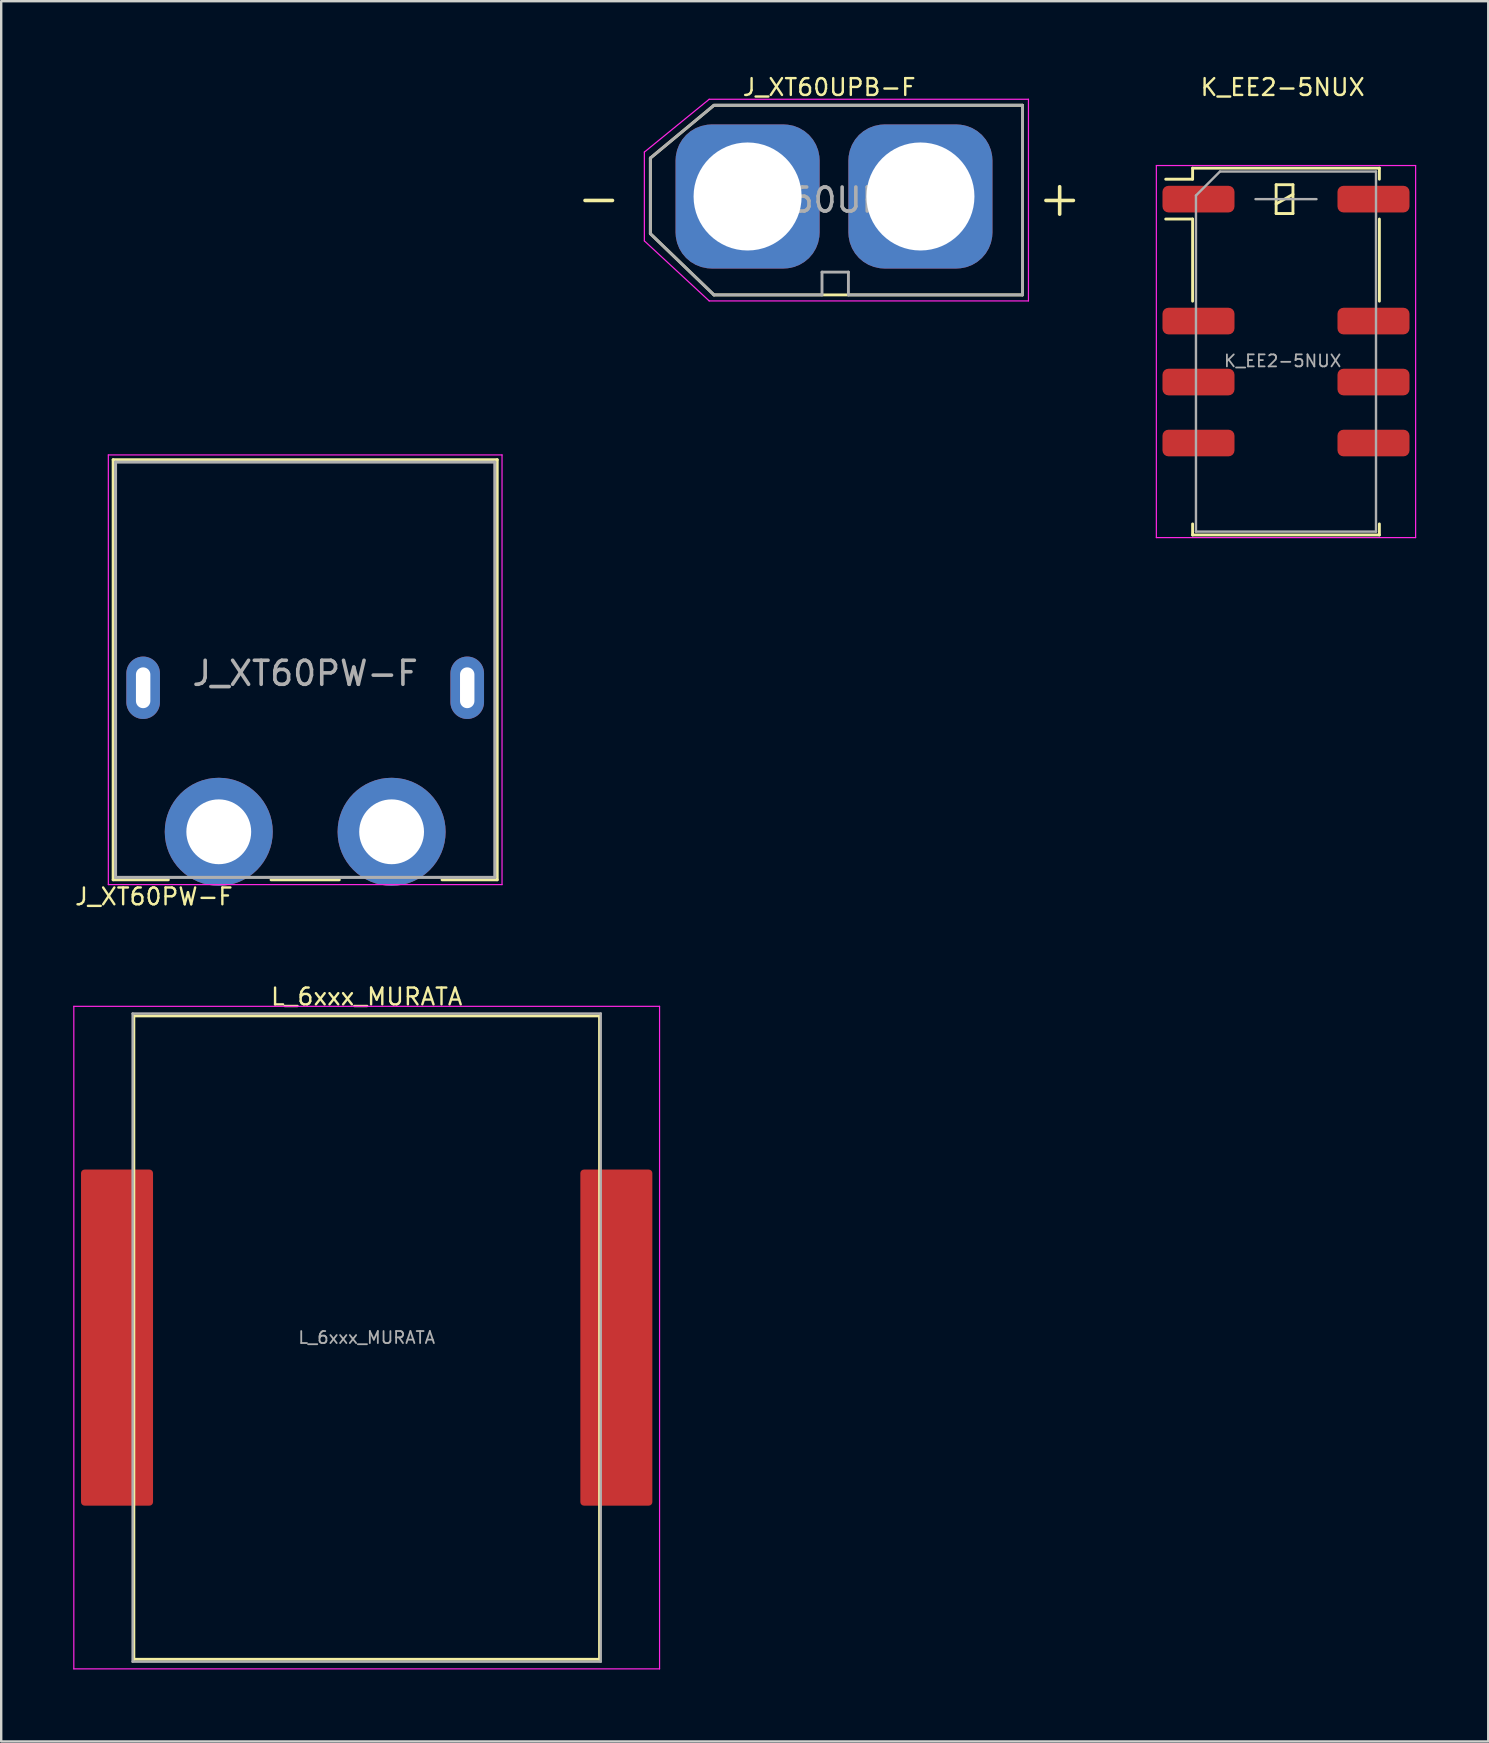
<source format=kicad_pcb>
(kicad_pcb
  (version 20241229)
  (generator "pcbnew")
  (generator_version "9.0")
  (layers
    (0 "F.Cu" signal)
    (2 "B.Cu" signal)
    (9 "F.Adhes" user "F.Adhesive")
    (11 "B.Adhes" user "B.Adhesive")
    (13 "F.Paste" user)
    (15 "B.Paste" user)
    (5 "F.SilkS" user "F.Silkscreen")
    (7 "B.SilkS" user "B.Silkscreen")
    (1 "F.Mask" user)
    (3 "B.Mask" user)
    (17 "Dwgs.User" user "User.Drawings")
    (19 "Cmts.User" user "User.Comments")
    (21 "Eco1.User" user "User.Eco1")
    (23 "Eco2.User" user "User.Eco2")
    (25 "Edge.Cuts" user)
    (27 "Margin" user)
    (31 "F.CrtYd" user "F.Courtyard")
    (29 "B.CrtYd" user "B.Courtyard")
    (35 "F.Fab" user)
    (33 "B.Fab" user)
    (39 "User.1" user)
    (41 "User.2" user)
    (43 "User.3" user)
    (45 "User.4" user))
  (footprint "K_EE2-5NUX"
    (layer "F.Cu")
    (at 50.38 11.985)
    (property "Reference" "K_EE2-5NUX" (at 0 -11.4 0) (layer "F.SilkS") (effects (font (size 0.7 0.7) (thickness 0.1))))
    (attr smd)
    (fp_line (start -3.75 -8.03) (end -3.75 -7.57) (stroke (width 0.12) (type solid)) (layer "F.SilkS"))
    (fp_line (start -3.75 -7.57) (end -4.87 -7.57) (stroke (width 0.12) (type solid)) (layer "F.SilkS"))
    (fp_line (start -3.75 -5.91) (end -4.87 -5.91) (stroke (width 0.12) (type solid)) (layer "F.SilkS"))
    (fp_line (start -3.75 -5.91) (end -3.75 -2.49) (stroke (width 0.12) (type solid)) (layer "F.SilkS"))
    (fp_line (start -3.75 6.79) (end -3.75 7.25) (stroke (width 0.12) (type solid)) (layer "F.SilkS"))
    (fp_line (start -0.27 -7.34) (end -0.27 -6.14) (stroke (width 0.12) (type solid)) (layer "F.SilkS"))
    (fp_line (start -0.27 -6.54) (end 0.43 -6.94) (stroke (width 0.12) (type solid)) (layer "F.SilkS"))
    (fp_line (start -0.27 -6.14) (end 0.43 -6.14) (stroke (width 0.12) (type solid)) (layer "F.SilkS"))
    (fp_line (start 0.43 -7.34) (end -0.27 -7.34) (stroke (width 0.12) (type solid)) (layer "F.SilkS"))
    (fp_line (start 0.43 -6.14) (end 0.43 -7.34) (stroke (width 0.12) (type solid)) (layer "F.SilkS"))
    (fp_line (start 4.03 -8.03) (end -3.75 -8.03) (stroke (width 0.12) (type solid)) (layer "F.SilkS"))
    (fp_line (start 4.03 -8.03) (end 4.03 -7.57) (stroke (width 0.12) (type solid)) (layer "F.SilkS"))
    (fp_line (start 4.03 -5.91) (end 4.03 -2.49) (stroke (width 0.12) (type solid)) (layer "F.SilkS"))
    (fp_line (start 4.03 6.79) (end 4.03 7.25) (stroke (width 0.12) (type solid)) (layer "F.SilkS"))
    (fp_line (start 4.03 7.25) (end -3.75 7.25) (stroke (width 0.12) (type solid)) (layer "F.SilkS"))
    (fp_line (start -5.26 -8.14) (end -5.26 7.36) (stroke (width 0.05) (type solid)) (layer "F.CrtYd"))
    (fp_line (start -5.26 7.36) (end 5.54 7.36) (stroke (width 0.05) (type solid)) (layer "F.CrtYd"))
    (fp_line (start 5.54 -8.14) (end -5.26 -8.14) (stroke (width 0.05) (type solid)) (layer "F.CrtYd"))
    (fp_line (start 5.54 -8.14) (end 5.54 7.36) (stroke (width 0.05) (type solid)) (layer "F.CrtYd"))
    (fp_line (start -3.61 -6.89) (end -3.61 7.11) (stroke (width 0.1) (type solid)) (layer "F.Fab"))
    (fp_line (start -3.61 -6.89) (end -2.61 -7.89) (stroke (width 0.1) (type solid)) (layer "F.Fab"))
    (fp_line (start -1.13 -6.74) (end 1.41 -6.74) (stroke (width 0.1) (type solid)) (layer "F.Fab"))
    (fp_line (start 3.89 -7.89) (end -2.61 -7.89) (stroke (width 0.1) (type solid)) (layer "F.Fab"))
    (fp_line (start 3.89 -7.89) (end 3.89 7.11) (stroke (width 0.1) (type solid)) (layer "F.Fab"))
    (fp_line (start 3.89 7.11) (end -3.61 7.11) (stroke (width 0.1) (type solid)) (layer "F.Fab"))
    (fp_text user "${REFERENCE}" (at 0 0 0) (layer "F.Fab") (effects (font (size 0.5 0.5) (thickness 0.075))))
    (pad "1" smd roundrect (at -3.505 -6.74 270) (size 1.11 3) (layers "F.Cu" "F.Mask" "F.Paste") (roundrect_rratio 0.225))
    (pad "3" smd roundrect (at -3.505 -1.66 270) (size 1.11 3) (layers "F.Cu" "F.Mask" "F.Paste") (roundrect_rratio 0.225))
    (pad "4" smd roundrect (at -3.505 0.88 270) (size 1.11 3) (layers "F.Cu" "F.Mask" "F.Paste") (roundrect_rratio 0.225))
    (pad "5" smd roundrect (at -3.505 3.42 270) (size 1.11 3) (layers "F.Cu" "F.Mask" "F.Paste") (roundrect_rratio 0.225))
    (pad "8" smd roundrect (at 3.785 3.42 270) (size 1.11 3) (layers "F.Cu" "F.Mask" "F.Paste") (roundrect_rratio 0.225))
    (pad "9" smd roundrect (at 3.785 0.88 270) (size 1.11 3) (layers "F.Cu" "F.Mask" "F.Paste") (roundrect_rratio 0.225))
    (pad "10" smd roundrect (at 3.785 -1.66 270) (size 1.11 3) (layers "F.Cu" "F.Mask" "F.Paste") (roundrect_rratio 0.225))
    (pad "12" smd roundrect (at 3.785 -6.74 270) (size 1.11 3) (layers "F.Cu" "F.Mask" "F.Paste") (roundrect_rratio 0.225)))
  (footprint "J_XT60PW-F"
    (layer "F.Cu")
    (at 9.663 25)
    (property "Reference" "J_XT60PW-F" (at -6.3 9.3 0) (layer "F.SilkS") (effects (font (size 0.7 0.7) (thickness 0.1))))
    (attr through_hole)
    (fp_line (start -8 -8.9) (end -8 8.6) (stroke (width 0.12) (type solid)) (layer "F.SilkS"))
    (fp_line (start -8 8.6) (end -5.7 8.6) (stroke (width 0.12) (type solid)) (layer "F.SilkS"))
    (fp_line (start -1.422 8.6) (end 1.422 8.6) (stroke (width 0.12) (type solid)) (layer "F.SilkS"))
    (fp_line (start 8 -8.9) (end -8 -8.9) (stroke (width 0.12) (type solid)) (layer "F.SilkS"))
    (fp_line (start 8 8.6) (end 5.7 8.6) (stroke (width 0.12) (type solid)) (layer "F.SilkS"))
    (fp_line (start 8 8.6) (end 8 -8.9) (stroke (width 0.12) (type solid)) (layer "F.SilkS"))
    (fp_line (start -8.2 -9.1) (end -8.2 8.8) (stroke (width 0.05) (type solid)) (layer "F.CrtYd"))
    (fp_line (start -8.2 8.8) (end 8.2 8.8) (stroke (width 0.05) (type solid)) (layer "F.CrtYd"))
    (fp_line (start 8.2 -9.1) (end -8.2 -9.1) (stroke (width 0.05) (type solid)) (layer "F.CrtYd"))
    (fp_line (start 8.2 8.8) (end 8.2 -9.1) (stroke (width 0.05) (type solid)) (layer "F.CrtYd"))
    (fp_line (start -7.9 -8.8) (end -7.9 8.5) (stroke (width 0.127) (type solid)) (layer "F.Fab"))
    (fp_line (start -7.9 8.5) (end 7.9 8.5) (stroke (width 0.127) (type solid)) (layer "F.Fab"))
    (fp_line (start 7.9 -8.8) (end -7.9 -8.8) (stroke (width 0.127) (type solid)) (layer "F.Fab"))
    (fp_line (start 7.9 8.5) (end 7.9 -8.8) (stroke (width 0.127) (type solid)) (layer "F.Fab"))
    (fp_text user "${REFERENCE}" (at 0 0 0) (layer "F.Fab") (effects (font (size 1 1) (thickness 0.15))))
    (pad "+" thru_hole circle (at -3.6 6.6) (size 4.5 4.5) (drill 2.7) (layers "*.Cu" "*.Mask"))
    (pad "-" thru_hole circle (at 3.6 6.6) (size 4.5 4.5) (drill 2.7) (layers "*.Cu" "*.Mask"))
    (pad "1" thru_hole oval (at -6.75 0.6) (size 1.4 2.6) (drill oval 0.6 1.7) (layers "*.Cu" "*.Mask"))
    (pad "2" thru_hole oval (at 6.75 0.6) (size 1.4 2.6) (drill oval 0.6 1.7) (layers "*.Cu" "*.Mask"))
    (zone (net_name "") (layer "F.Cu") (hatch edge 0.508) (connect_pads) (min_thickness 0.254) (filled_areas_thickness no) (keepout (tracks allowed) (vias allowed) (pads allowed) (copperpour allowed) (footprints not_allowed)) (placement (enabled no)) (fill) (polygon (pts (xy 17.663 16.1) (xy 1.663 16.1) (xy 1.663 0) (xy 17.663 0)))))
  (footprint "L_6xxx_MURATA"
    (layer "F.Cu")
    (at 12.225 52.67)
    (property "Reference" "L_6xxx_MURATA" (at 0 -14.2 0) (layer "F.SilkS") (effects (font (size 0.7 0.7) (thickness 0.1))))
    (attr smd)
    (fp_line (start -9.7 -13.4) (end -9.7 13.4) (stroke (width 0.12) (type solid)) (layer "F.SilkS"))
    (fp_line (start -9.7 -13.4) (end 9.7 -13.4) (stroke (width 0.12) (type solid)) (layer "F.SilkS"))
    (fp_line (start 9.7 13.4) (end -9.7 13.4) (stroke (width 0.12) (type solid)) (layer "F.SilkS"))
    (fp_line (start 9.7 13.4) (end 9.7 -13.4) (stroke (width 0.12) (type solid)) (layer "F.SilkS"))
    (fp_line (start -12.2 -13.8) (end -12.2 13.8) (stroke (width 0.05) (type solid)) (layer "F.CrtYd"))
    (fp_line (start -12.2 13.8) (end 12.2 13.8) (stroke (width 0.05) (type solid)) (layer "F.CrtYd"))
    (fp_line (start 12.2 -13.8) (end -12.2 -13.8) (stroke (width 0.05) (type solid)) (layer "F.CrtYd"))
    (fp_line (start 12.2 13.8) (end 12.2 -13.8) (stroke (width 0.05) (type solid)) (layer "F.CrtYd"))
    (fp_line (start -9.75 13.5) (end -9.75 -13.5) (stroke (width 0.1) (type solid)) (layer "F.Fab"))
    (fp_line (start -9.75 13.5) (end 9.75 13.5) (stroke (width 0.1) (type solid)) (layer "F.Fab"))
    (fp_line (start 9.75 -13.5) (end -9.75 -13.5) (stroke (width 0.1) (type solid)) (layer "F.Fab"))
    (fp_line (start 9.75 -13.5) (end 9.75 13.5) (stroke (width 0.1) (type solid)) (layer "F.Fab"))
    (fp_text user "${REFERENCE}" (at 0 0 0) (layer "F.Fab") (effects (font (size 0.5 0.5) (thickness 0.075))))
    (pad "1" smd roundrect (at -10.4 0) (size 3 14) (layers "F.Cu" "F.Mask" "F.Paste") (roundrect_rratio 0.05))
    (pad "2" smd roundrect (at 10.4 0) (size 3 14) (layers "F.Cu" "F.Mask" "F.Paste") (roundrect_rratio 0.05)))
  (footprint "J_XT60UPB-F"
    (layer "F.Cu")
    (at 31.792 5.285)
    (property "Reference" "J_XT60UPB-F" (at -0.3 -4.7 0) (unlocked yes) (layer "F.SilkS") (effects (font (size 0.7 0.7) (thickness 0.1))))
    (attr through_hole)
    (fp_line (start -7.75 -1.75) (end -7.75 1.4) (stroke (width 0.12) (type solid)) (layer "F.SilkS"))
    (fp_line (start -7.75 1.4) (end -5.1 3.95) (stroke (width 0.12) (type solid)) (layer "F.SilkS"))
    (fp_line (start -5.1 -3.95) (end -7.75 -1.75) (stroke (width 0.12) (type solid)) (layer "F.SilkS"))
    (fp_line (start -5.1 3.95) (end 7.75 3.95) (stroke (width 0.12) (type solid)) (layer "F.SilkS"))
    (fp_line (start 7.75 -3.95) (end -5.1 -3.95) (stroke (width 0.12) (type solid)) (layer "F.SilkS"))
    (fp_line (start 7.75 3.95) (end 7.75 -3.95) (stroke (width 0.12) (type solid)) (layer "F.SilkS"))
    (fp_line (start -8 -2) (end -5.3 -4.2) (stroke (width 0.05) (type solid)) (layer "F.CrtYd"))
    (fp_line (start -8 1.7) (end -8 -2) (stroke (width 0.05) (type solid)) (layer "F.CrtYd"))
    (fp_line (start -5.3 -4.2) (end 8 -4.2) (stroke (width 0.05) (type solid)) (layer "F.CrtYd"))
    (fp_line (start -5.3 4.2) (end -8 1.7) (stroke (width 0.05) (type solid)) (layer "F.CrtYd"))
    (fp_line (start 8 -4.2) (end 8 4.2) (stroke (width 0.05) (type solid)) (layer "F.CrtYd"))
    (fp_line (start 8 4.2) (end -5.3 4.2) (stroke (width 0.05) (type solid)) (layer "F.CrtYd"))
    (fp_line (start -7.75 -1.75) (end -7.75 1.4) (stroke (width 0.12) (type solid)) (layer "F.Fab"))
    (fp_line (start -7.75 1.4) (end -5.1 3.95) (stroke (width 0.12) (type solid)) (layer "F.Fab"))
    (fp_line (start -5.1 -3.95) (end -7.75 -1.75) (stroke (width 0.12) (type solid)) (layer "F.Fab"))
    (fp_line (start -5.1 3.95) (end -0.6 3.95) (stroke (width 0.12) (type solid)) (layer "F.Fab"))
    (fp_line (start -0.6 3.95) (end -0.6 3) (stroke (width 0.12) (type solid)) (layer "F.Fab"))
    (fp_line (start 0.5 3) (end -0.6 3) (stroke (width 0.12) (type solid)) (layer "F.Fab"))
    (fp_line (start 0.5 3.95) (end 0.5 3) (stroke (width 0.12) (type solid)) (layer "F.Fab"))
    (fp_line (start 0.5 3.95) (end 7.75 3.95) (stroke (width 0.12) (type solid)) (layer "F.Fab"))
    (fp_line (start 7.75 -3.95) (end -5.05 -3.95) (stroke (width 0.12) (type solid)) (layer "F.Fab"))
    (fp_line (start 7.75 3.95) (end 7.75 -3.95) (stroke (width 0.12) (type solid)) (layer "F.Fab"))
    (fp_text user "-" (at -9.9 -0.1 0) (unlocked yes) (layer "F.SilkS") (effects (font (size 1.5 1.5) (thickness 0.15))))
    (fp_text user "+" (at 9.3 -0.1 0) (layer "F.SilkS") (effects (font (size 1.5 1.5) (thickness 0.15))))
    (fp_text user "${REFERENCE}" (at 0 0 0) (layer "F.Fab") (effects (font (size 1 1) (thickness 0.15))))
    (pad "+" thru_hole roundrect (at 3.5 -0.15) (size 6 6) (drill 4.5) (layers "*.Cu" "*.Mask") (roundrect_rratio 0.25))
    (pad "-" thru_hole roundrect (at -3.7 -0.15) (size 6 6) (drill 4.5) (layers "*.Cu" "*.Mask") (roundrect_rratio 0.25)))
  (gr_rect
    (start -3 -3)
    (end 58.945 69.495)
    (stroke (width 0.1) (type default))
    (fill no)
    (layer "Edge.Cuts")))
</source>
